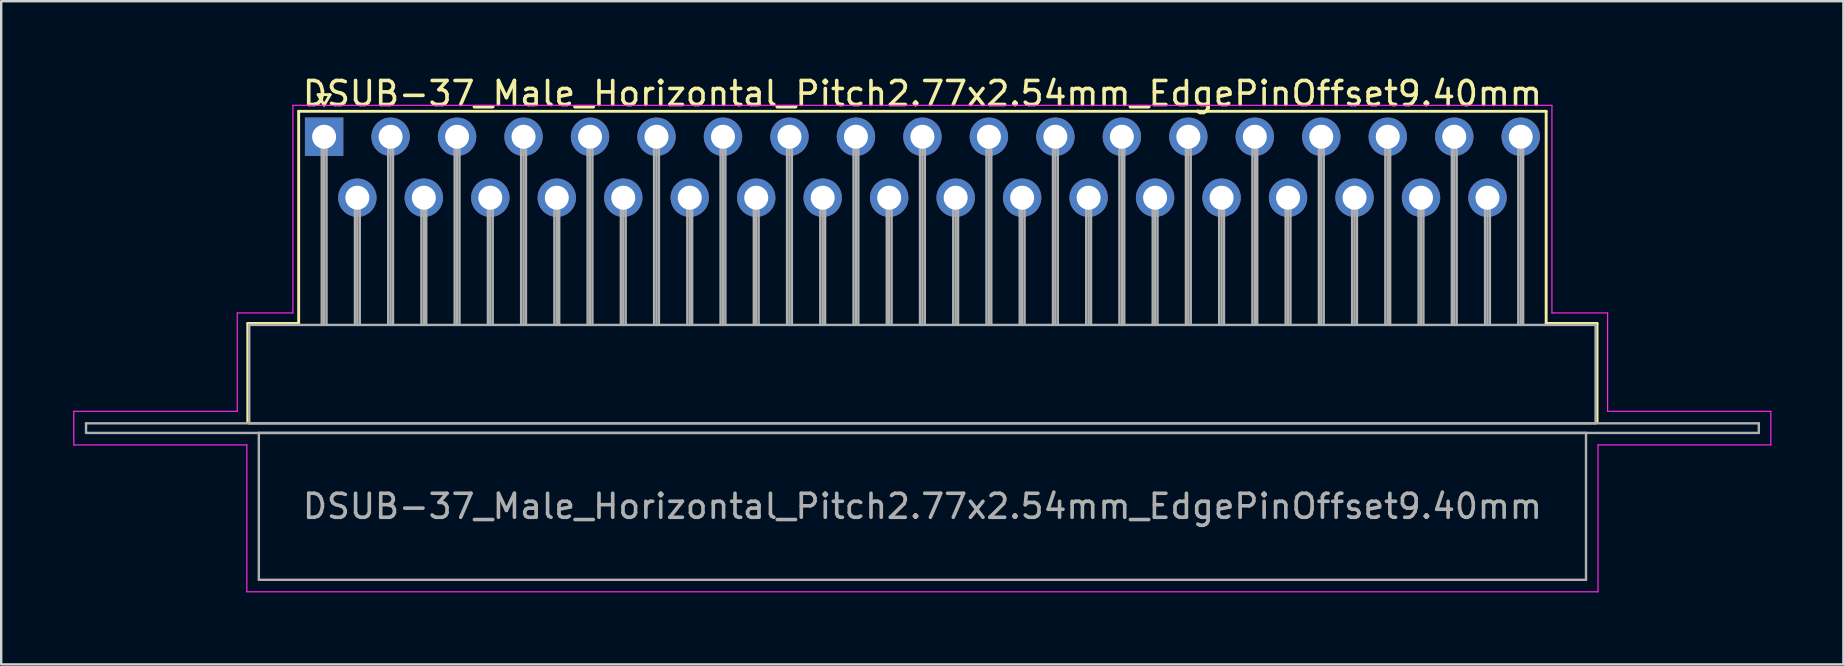
<source format=kicad_pcb>
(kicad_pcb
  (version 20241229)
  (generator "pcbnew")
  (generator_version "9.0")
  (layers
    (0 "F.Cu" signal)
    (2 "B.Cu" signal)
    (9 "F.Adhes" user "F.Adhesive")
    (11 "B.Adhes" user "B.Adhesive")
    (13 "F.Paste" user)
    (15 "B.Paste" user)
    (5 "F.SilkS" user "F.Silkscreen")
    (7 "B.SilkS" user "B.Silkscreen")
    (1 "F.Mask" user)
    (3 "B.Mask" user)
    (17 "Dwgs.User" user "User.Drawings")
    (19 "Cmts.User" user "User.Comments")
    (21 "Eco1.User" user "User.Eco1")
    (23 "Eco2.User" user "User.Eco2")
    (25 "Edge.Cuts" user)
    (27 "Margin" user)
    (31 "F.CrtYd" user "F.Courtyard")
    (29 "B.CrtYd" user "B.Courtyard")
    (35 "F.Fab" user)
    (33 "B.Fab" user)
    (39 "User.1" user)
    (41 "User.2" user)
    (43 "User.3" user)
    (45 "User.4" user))
  (footprint "DSUB-37_Male_Horizontal_Pitch2.77x2.54mm_EdgePinOffset9.40mm"
    (layer "F.Cu")
    (at 10.455 2.648)
    (property "Reference" "DSUB-37_Male_Horizontal_Pitch2.77x2.54mm_EdgePinOffset9.40mm" (at 24.93 -1.8 0) (layer "F.SilkS") (effects (font (size 1 1) (thickness 0.15))))
    (attr through_hole)
    (fp_line (start -3.18 7.78) (end -1.06 7.78) (stroke (width 0.12) (type solid)) (layer "F.SilkS"))
    (fp_line (start -3.18 11.88) (end -3.18 7.78) (stroke (width 0.12) (type solid)) (layer "F.SilkS"))
    (fp_line (start -1.06 -1.06) (end 50.92 -1.06) (stroke (width 0.12) (type solid)) (layer "F.SilkS"))
    (fp_line (start -1.06 7.78) (end -1.06 -1.06) (stroke (width 0.12) (type solid)) (layer "F.SilkS"))
    (fp_line (start -0.25 -1.754) (end 0.25 -1.754) (stroke (width 0.12) (type solid)) (layer "F.SilkS"))
    (fp_line (start 0 -1.321) (end -0.25 -1.754) (stroke (width 0.12) (type solid)) (layer "F.SilkS"))
    (fp_line (start 0.25 -1.754) (end 0 -1.321) (stroke (width 0.12) (type solid)) (layer "F.SilkS"))
    (fp_line (start 50.92 -1.06) (end 50.92 7.78) (stroke (width 0.12) (type solid)) (layer "F.SilkS"))
    (fp_line (start 50.92 7.78) (end 53.04 7.78) (stroke (width 0.12) (type solid)) (layer "F.SilkS"))
    (fp_line (start 53.04 7.78) (end 53.04 11.88) (stroke (width 0.12) (type solid)) (layer "F.SilkS"))
    (fp_line (start -10.43 11.44) (end -3.62 11.44) (stroke (width 0.05) (type solid)) (layer "F.CrtYd"))
    (fp_line (start -10.43 12.84) (end -10.43 11.44) (stroke (width 0.05) (type solid)) (layer "F.CrtYd"))
    (fp_line (start -3.62 7.34) (end -1.3 7.34) (stroke (width 0.05) (type solid)) (layer "F.CrtYd"))
    (fp_line (start -3.62 11.44) (end -3.62 7.34) (stroke (width 0.05) (type solid)) (layer "F.CrtYd"))
    (fp_line (start -3.22 12.84) (end -10.43 12.84) (stroke (width 0.05) (type solid)) (layer "F.CrtYd"))
    (fp_line (start -3.22 18.96) (end -3.22 12.84) (stroke (width 0.05) (type solid)) (layer "F.CrtYd"))
    (fp_line (start -1.3 -1.31) (end 51.16 -1.31) (stroke (width 0.05) (type solid)) (layer "F.CrtYd"))
    (fp_line (start -1.3 7.34) (end -1.3 -1.31) (stroke (width 0.05) (type solid)) (layer "F.CrtYd"))
    (fp_line (start 51.16 -1.31) (end 51.16 7.34) (stroke (width 0.05) (type solid)) (layer "F.CrtYd"))
    (fp_line (start 51.16 7.34) (end 53.48 7.34) (stroke (width 0.05) (type solid)) (layer "F.CrtYd"))
    (fp_line (start 53.08 12.84) (end 53.08 18.96) (stroke (width 0.05) (type solid)) (layer "F.CrtYd"))
    (fp_line (start 53.08 18.96) (end -3.22 18.96) (stroke (width 0.05) (type solid)) (layer "F.CrtYd"))
    (fp_line (start 53.48 7.34) (end 53.48 11.44) (stroke (width 0.05) (type solid)) (layer "F.CrtYd"))
    (fp_line (start 53.48 11.44) (end 60.28 11.44) (stroke (width 0.05) (type solid)) (layer "F.CrtYd"))
    (fp_line (start 60.28 11.44) (end 60.28 12.84) (stroke (width 0.05) (type solid)) (layer "F.CrtYd"))
    (fp_line (start 60.28 12.84) (end 53.08 12.84) (stroke (width 0.05) (type solid)) (layer "F.CrtYd"))
    (fp_line (start -9.92 11.94) (end -9.92 12.34) (stroke (width 0.1) (type solid)) (layer "F.Fab"))
    (fp_line (start -9.92 12.34) (end 59.78 12.34) (stroke (width 0.1) (type solid)) (layer "F.Fab"))
    (fp_line (start -3.12 7.84) (end -3.12 11.94) (stroke (width 0.1) (type solid)) (layer "F.Fab"))
    (fp_line (start -3.12 11.94) (end 52.98 11.94) (stroke (width 0.1) (type solid)) (layer "F.Fab"))
    (fp_line (start -2.72 12.34) (end -2.72 18.46) (stroke (width 0.1) (type solid)) (layer "F.Fab"))
    (fp_line (start -2.72 18.46) (end 52.58 18.46) (stroke (width 0.1) (type solid)) (layer "F.Fab"))
    (fp_line (start -0.1 0) (end -0.1 7.84) (stroke (width 0.1) (type solid)) (layer "F.Fab"))
    (fp_line (start 0 0) (end 0 7.84) (stroke (width 0.1) (type solid)) (layer "F.Fab"))
    (fp_line (start 0.1 0) (end 0.1 7.84) (stroke (width 0.1) (type solid)) (layer "F.Fab"))
    (fp_line (start 1.285 2.54) (end 1.285 7.84) (stroke (width 0.1) (type solid)) (layer "F.Fab"))
    (fp_line (start 1.385 2.54) (end 1.385 7.84) (stroke (width 0.1) (type solid)) (layer "F.Fab"))
    (fp_line (start 1.485 2.54) (end 1.485 7.84) (stroke (width 0.1) (type solid)) (layer "F.Fab"))
    (fp_line (start 2.67 0) (end 2.67 7.84) (stroke (width 0.1) (type solid)) (layer "F.Fab"))
    (fp_line (start 2.77 0) (end 2.77 7.84) (stroke (width 0.1) (type solid)) (layer "F.Fab"))
    (fp_line (start 2.87 0) (end 2.87 7.84) (stroke (width 0.1) (type solid)) (layer "F.Fab"))
    (fp_line (start 4.055 2.54) (end 4.055 7.84) (stroke (width 0.1) (type solid)) (layer "F.Fab"))
    (fp_line (start 4.155 2.54) (end 4.155 7.84) (stroke (width 0.1) (type solid)) (layer "F.Fab"))
    (fp_line (start 4.255 2.54) (end 4.255 7.84) (stroke (width 0.1) (type solid)) (layer "F.Fab"))
    (fp_line (start 5.44 0) (end 5.44 7.84) (stroke (width 0.1) (type solid)) (layer "F.Fab"))
    (fp_line (start 5.54 0) (end 5.54 7.84) (stroke (width 0.1) (type solid)) (layer "F.Fab"))
    (fp_line (start 5.64 0) (end 5.64 7.84) (stroke (width 0.1) (type solid)) (layer "F.Fab"))
    (fp_line (start 6.825 2.54) (end 6.825 7.84) (stroke (width 0.1) (type solid)) (layer "F.Fab"))
    (fp_line (start 6.925 2.54) (end 6.925 7.84) (stroke (width 0.1) (type solid)) (layer "F.Fab"))
    (fp_line (start 7.025 2.54) (end 7.025 7.84) (stroke (width 0.1) (type solid)) (layer "F.Fab"))
    (fp_line (start 8.21 0) (end 8.21 7.84) (stroke (width 0.1) (type solid)) (layer "F.Fab"))
    (fp_line (start 8.31 0) (end 8.31 7.84) (stroke (width 0.1) (type solid)) (layer "F.Fab"))
    (fp_line (start 8.41 0) (end 8.41 7.84) (stroke (width 0.1) (type solid)) (layer "F.Fab"))
    (fp_line (start 9.595 2.54) (end 9.595 7.84) (stroke (width 0.1) (type solid)) (layer "F.Fab"))
    (fp_line (start 9.695 2.54) (end 9.695 7.84) (stroke (width 0.1) (type solid)) (layer "F.Fab"))
    (fp_line (start 9.795 2.54) (end 9.795 7.84) (stroke (width 0.1) (type solid)) (layer "F.Fab"))
    (fp_line (start 10.98 0) (end 10.98 7.84) (stroke (width 0.1) (type solid)) (layer "F.Fab"))
    (fp_line (start 11.08 0) (end 11.08 7.84) (stroke (width 0.1) (type solid)) (layer "F.Fab"))
    (fp_line (start 11.18 0) (end 11.18 7.84) (stroke (width 0.1) (type solid)) (layer "F.Fab"))
    (fp_line (start 12.365 2.54) (end 12.365 7.84) (stroke (width 0.1) (type solid)) (layer "F.Fab"))
    (fp_line (start 12.465 2.54) (end 12.465 7.84) (stroke (width 0.1) (type solid)) (layer "F.Fab"))
    (fp_line (start 12.565 2.54) (end 12.565 7.84) (stroke (width 0.1) (type solid)) (layer "F.Fab"))
    (fp_line (start 13.75 0) (end 13.75 7.84) (stroke (width 0.1) (type solid)) (layer "F.Fab"))
    (fp_line (start 13.85 0) (end 13.85 7.84) (stroke (width 0.1) (type solid)) (layer "F.Fab"))
    (fp_line (start 13.95 0) (end 13.95 7.84) (stroke (width 0.1) (type solid)) (layer "F.Fab"))
    (fp_line (start 15.135 2.54) (end 15.135 7.84) (stroke (width 0.1) (type solid)) (layer "F.Fab"))
    (fp_line (start 15.235 2.54) (end 15.235 7.84) (stroke (width 0.1) (type solid)) (layer "F.Fab"))
    (fp_line (start 15.335 2.54) (end 15.335 7.84) (stroke (width 0.1) (type solid)) (layer "F.Fab"))
    (fp_line (start 16.52 0) (end 16.52 7.84) (stroke (width 0.1) (type solid)) (layer "F.Fab"))
    (fp_line (start 16.62 0) (end 16.62 7.84) (stroke (width 0.1) (type solid)) (layer "F.Fab"))
    (fp_line (start 16.72 0) (end 16.72 7.84) (stroke (width 0.1) (type solid)) (layer "F.Fab"))
    (fp_line (start 17.905 2.54) (end 17.905 7.84) (stroke (width 0.1) (type solid)) (layer "F.Fab"))
    (fp_line (start 18.005 2.54) (end 18.005 7.84) (stroke (width 0.1) (type solid)) (layer "F.Fab"))
    (fp_line (start 18.105 2.54) (end 18.105 7.84) (stroke (width 0.1) (type solid)) (layer "F.Fab"))
    (fp_line (start 19.29 0) (end 19.29 7.84) (stroke (width 0.1) (type solid)) (layer "F.Fab"))
    (fp_line (start 19.39 0) (end 19.39 7.84) (stroke (width 0.1) (type solid)) (layer "F.Fab"))
    (fp_line (start 19.49 0) (end 19.49 7.84) (stroke (width 0.1) (type solid)) (layer "F.Fab"))
    (fp_line (start 20.675 2.54) (end 20.675 7.84) (stroke (width 0.1) (type solid)) (layer "F.Fab"))
    (fp_line (start 20.775 2.54) (end 20.775 7.84) (stroke (width 0.1) (type solid)) (layer "F.Fab"))
    (fp_line (start 20.875 2.54) (end 20.875 7.84) (stroke (width 0.1) (type solid)) (layer "F.Fab"))
    (fp_line (start 22.06 0) (end 22.06 7.84) (stroke (width 0.1) (type solid)) (layer "F.Fab"))
    (fp_line (start 22.16 0) (end 22.16 7.84) (stroke (width 0.1) (type solid)) (layer "F.Fab"))
    (fp_line (start 22.26 0) (end 22.26 7.84) (stroke (width 0.1) (type solid)) (layer "F.Fab"))
    (fp_line (start 23.445 2.54) (end 23.445 7.84) (stroke (width 0.1) (type solid)) (layer "F.Fab"))
    (fp_line (start 23.545 2.54) (end 23.545 7.84) (stroke (width 0.1) (type solid)) (layer "F.Fab"))
    (fp_line (start 23.645 2.54) (end 23.645 7.84) (stroke (width 0.1) (type solid)) (layer "F.Fab"))
    (fp_line (start 24.83 0) (end 24.83 7.84) (stroke (width 0.1) (type solid)) (layer "F.Fab"))
    (fp_line (start 24.93 0) (end 24.93 7.84) (stroke (width 0.1) (type solid)) (layer "F.Fab"))
    (fp_line (start 25.03 0) (end 25.03 7.84) (stroke (width 0.1) (type solid)) (layer "F.Fab"))
    (fp_line (start 26.215 2.54) (end 26.215 7.84) (stroke (width 0.1) (type solid)) (layer "F.Fab"))
    (fp_line (start 26.315 2.54) (end 26.315 7.84) (stroke (width 0.1) (type solid)) (layer "F.Fab"))
    (fp_line (start 26.415 2.54) (end 26.415 7.84) (stroke (width 0.1) (type solid)) (layer "F.Fab"))
    (fp_line (start 27.6 0) (end 27.6 7.84) (stroke (width 0.1) (type solid)) (layer "F.Fab"))
    (fp_line (start 27.7 0) (end 27.7 7.84) (stroke (width 0.1) (type solid)) (layer "F.Fab"))
    (fp_line (start 27.8 0) (end 27.8 7.84) (stroke (width 0.1) (type solid)) (layer "F.Fab"))
    (fp_line (start 28.985 2.54) (end 28.985 7.84) (stroke (width 0.1) (type solid)) (layer "F.Fab"))
    (fp_line (start 29.085 2.54) (end 29.085 7.84) (stroke (width 0.1) (type solid)) (layer "F.Fab"))
    (fp_line (start 29.185 2.54) (end 29.185 7.84) (stroke (width 0.1) (type solid)) (layer "F.Fab"))
    (fp_line (start 30.37 0) (end 30.37 7.84) (stroke (width 0.1) (type solid)) (layer "F.Fab"))
    (fp_line (start 30.47 0) (end 30.47 7.84) (stroke (width 0.1) (type solid)) (layer "F.Fab"))
    (fp_line (start 30.57 0) (end 30.57 7.84) (stroke (width 0.1) (type solid)) (layer "F.Fab"))
    (fp_line (start 31.755 2.54) (end 31.755 7.84) (stroke (width 0.1) (type solid)) (layer "F.Fab"))
    (fp_line (start 31.855 2.54) (end 31.855 7.84) (stroke (width 0.1) (type solid)) (layer "F.Fab"))
    (fp_line (start 31.955 2.54) (end 31.955 7.84) (stroke (width 0.1) (type solid)) (layer "F.Fab"))
    (fp_line (start 33.14 0) (end 33.14 7.84) (stroke (width 0.1) (type solid)) (layer "F.Fab"))
    (fp_line (start 33.24 0) (end 33.24 7.84) (stroke (width 0.1) (type solid)) (layer "F.Fab"))
    (fp_line (start 33.34 0) (end 33.34 7.84) (stroke (width 0.1) (type solid)) (layer "F.Fab"))
    (fp_line (start 34.525 2.54) (end 34.525 7.84) (stroke (width 0.1) (type solid)) (layer "F.Fab"))
    (fp_line (start 34.625 2.54) (end 34.625 7.84) (stroke (width 0.1) (type solid)) (layer "F.Fab"))
    (fp_line (start 34.725 2.54) (end 34.725 7.84) (stroke (width 0.1) (type solid)) (layer "F.Fab"))
    (fp_line (start 35.91 0) (end 35.91 7.84) (stroke (width 0.1) (type solid)) (layer "F.Fab"))
    (fp_line (start 36.01 0) (end 36.01 7.84) (stroke (width 0.1) (type solid)) (layer "F.Fab"))
    (fp_line (start 36.11 0) (end 36.11 7.84) (stroke (width 0.1) (type solid)) (layer "F.Fab"))
    (fp_line (start 37.295 2.54) (end 37.295 7.84) (stroke (width 0.1) (type solid)) (layer "F.Fab"))
    (fp_line (start 37.395 2.54) (end 37.395 7.84) (stroke (width 0.1) (type solid)) (layer "F.Fab"))
    (fp_line (start 37.495 2.54) (end 37.495 7.84) (stroke (width 0.1) (type solid)) (layer "F.Fab"))
    (fp_line (start 38.68 0) (end 38.68 7.84) (stroke (width 0.1) (type solid)) (layer "F.Fab"))
    (fp_line (start 38.78 0) (end 38.78 7.84) (stroke (width 0.1) (type solid)) (layer "F.Fab"))
    (fp_line (start 38.88 0) (end 38.88 7.84) (stroke (width 0.1) (type solid)) (layer "F.Fab"))
    (fp_line (start 40.065 2.54) (end 40.065 7.84) (stroke (width 0.1) (type solid)) (layer "F.Fab"))
    (fp_line (start 40.165 2.54) (end 40.165 7.84) (stroke (width 0.1) (type solid)) (layer "F.Fab"))
    (fp_line (start 40.265 2.54) (end 40.265 7.84) (stroke (width 0.1) (type solid)) (layer "F.Fab"))
    (fp_line (start 41.45 0) (end 41.45 7.84) (stroke (width 0.1) (type solid)) (layer "F.Fab"))
    (fp_line (start 41.55 0) (end 41.55 7.84) (stroke (width 0.1) (type solid)) (layer "F.Fab"))
    (fp_line (start 41.65 0) (end 41.65 7.84) (stroke (width 0.1) (type solid)) (layer "F.Fab"))
    (fp_line (start 42.835 2.54) (end 42.835 7.84) (stroke (width 0.1) (type solid)) (layer "F.Fab"))
    (fp_line (start 42.935 2.54) (end 42.935 7.84) (stroke (width 0.1) (type solid)) (layer "F.Fab"))
    (fp_line (start 43.035 2.54) (end 43.035 7.84) (stroke (width 0.1) (type solid)) (layer "F.Fab"))
    (fp_line (start 44.22 0) (end 44.22 7.84) (stroke (width 0.1) (type solid)) (layer "F.Fab"))
    (fp_line (start 44.32 0) (end 44.32 7.84) (stroke (width 0.1) (type solid)) (layer "F.Fab"))
    (fp_line (start 44.42 0) (end 44.42 7.84) (stroke (width 0.1) (type solid)) (layer "F.Fab"))
    (fp_line (start 45.605 2.54) (end 45.605 7.84) (stroke (width 0.1) (type solid)) (layer "F.Fab"))
    (fp_line (start 45.705 2.54) (end 45.705 7.84) (stroke (width 0.1) (type solid)) (layer "F.Fab"))
    (fp_line (start 45.805 2.54) (end 45.805 7.84) (stroke (width 0.1) (type solid)) (layer "F.Fab"))
    (fp_line (start 46.99 0) (end 46.99 7.84) (stroke (width 0.1) (type solid)) (layer "F.Fab"))
    (fp_line (start 47.09 0) (end 47.09 7.84) (stroke (width 0.1) (type solid)) (layer "F.Fab"))
    (fp_line (start 47.19 0) (end 47.19 7.84) (stroke (width 0.1) (type solid)) (layer "F.Fab"))
    (fp_line (start 48.375 2.54) (end 48.375 7.84) (stroke (width 0.1) (type solid)) (layer "F.Fab"))
    (fp_line (start 48.475 2.54) (end 48.475 7.84) (stroke (width 0.1) (type solid)) (layer "F.Fab"))
    (fp_line (start 48.575 2.54) (end 48.575 7.84) (stroke (width 0.1) (type solid)) (layer "F.Fab"))
    (fp_line (start 49.76 0) (end 49.76 7.84) (stroke (width 0.1) (type solid)) (layer "F.Fab"))
    (fp_line (start 49.86 0) (end 49.86 7.84) (stroke (width 0.1) (type solid)) (layer "F.Fab"))
    (fp_line (start 49.96 0) (end 49.96 7.84) (stroke (width 0.1) (type solid)) (layer "F.Fab"))
    (fp_line (start 52.58 12.34) (end -2.72 12.34) (stroke (width 0.1) (type solid)) (layer "F.Fab"))
    (fp_line (start 52.58 18.46) (end 52.58 12.34) (stroke (width 0.1) (type solid)) (layer "F.Fab"))
    (fp_line (start 52.98 7.84) (end -3.12 7.84) (stroke (width 0.1) (type solid)) (layer "F.Fab"))
    (fp_line (start 52.98 11.94) (end 52.98 7.84) (stroke (width 0.1) (type solid)) (layer "F.Fab"))
    (fp_line (start 59.78 11.94) (end -9.92 11.94) (stroke (width 0.1) (type solid)) (layer "F.Fab"))
    (fp_line (start 59.78 12.34) (end 59.78 11.94) (stroke (width 0.1) (type solid)) (layer "F.Fab"))
    (fp_text user "${REFERENCE}" (at 24.93 15.4 0) (layer "F.Fab") (effects (font (size 1 1) (thickness 0.15))))
    (pad "1" thru_hole rect (at 0 0) (size 1.6 1.6) (drill 1) (layers "*.Cu" "*.Mask"))
    (pad "2" thru_hole circle (at 2.77 0) (size 1.6 1.6) (drill 1) (layers "*.Cu" "*.Mask"))
    (pad "3" thru_hole circle (at 5.54 0) (size 1.6 1.6) (drill 1) (layers "*.Cu" "*.Mask"))
    (pad "4" thru_hole circle (at 8.31 0) (size 1.6 1.6) (drill 1) (layers "*.Cu" "*.Mask"))
    (pad "5" thru_hole circle (at 11.08 0) (size 1.6 1.6) (drill 1) (layers "*.Cu" "*.Mask"))
    (pad "6" thru_hole circle (at 13.85 0) (size 1.6 1.6) (drill 1) (layers "*.Cu" "*.Mask"))
    (pad "7" thru_hole circle (at 16.62 0) (size 1.6 1.6) (drill 1) (layers "*.Cu" "*.Mask"))
    (pad "8" thru_hole circle (at 19.39 0) (size 1.6 1.6) (drill 1) (layers "*.Cu" "*.Mask"))
    (pad "9" thru_hole circle (at 22.16 0) (size 1.6 1.6) (drill 1) (layers "*.Cu" "*.Mask"))
    (pad "10" thru_hole circle (at 24.93 0) (size 1.6 1.6) (drill 1) (layers "*.Cu" "*.Mask"))
    (pad "11" thru_hole circle (at 27.7 0) (size 1.6 1.6) (drill 1) (layers "*.Cu" "*.Mask"))
    (pad "12" thru_hole circle (at 30.47 0) (size 1.6 1.6) (drill 1) (layers "*.Cu" "*.Mask"))
    (pad "13" thru_hole circle (at 33.24 0) (size 1.6 1.6) (drill 1) (layers "*.Cu" "*.Mask"))
    (pad "14" thru_hole circle (at 36.01 0) (size 1.6 1.6) (drill 1) (layers "*.Cu" "*.Mask"))
    (pad "15" thru_hole circle (at 38.78 0) (size 1.6 1.6) (drill 1) (layers "*.Cu" "*.Mask"))
    (pad "16" thru_hole circle (at 41.55 0) (size 1.6 1.6) (drill 1) (layers "*.Cu" "*.Mask"))
    (pad "17" thru_hole circle (at 44.32 0) (size 1.6 1.6) (drill 1) (layers "*.Cu" "*.Mask"))
    (pad "18" thru_hole circle (at 47.09 0) (size 1.6 1.6) (drill 1) (layers "*.Cu" "*.Mask"))
    (pad "19" thru_hole circle (at 49.86 0) (size 1.6 1.6) (drill 1) (layers "*.Cu" "*.Mask"))
    (pad "20" thru_hole circle (at 1.385 2.54) (size 1.6 1.6) (drill 1) (layers "*.Cu" "*.Mask"))
    (pad "21" thru_hole circle (at 4.155 2.54) (size 1.6 1.6) (drill 1) (layers "*.Cu" "*.Mask"))
    (pad "22" thru_hole circle (at 6.925 2.54) (size 1.6 1.6) (drill 1) (layers "*.Cu" "*.Mask"))
    (pad "23" thru_hole circle (at 9.695 2.54) (size 1.6 1.6) (drill 1) (layers "*.Cu" "*.Mask"))
    (pad "24" thru_hole circle (at 12.465 2.54) (size 1.6 1.6) (drill 1) (layers "*.Cu" "*.Mask"))
    (pad "25" thru_hole circle (at 15.235 2.54) (size 1.6 1.6) (drill 1) (layers "*.Cu" "*.Mask"))
    (pad "26" thru_hole circle (at 18.005 2.54) (size 1.6 1.6) (drill 1) (layers "*.Cu" "*.Mask"))
    (pad "27" thru_hole circle (at 20.775 2.54) (size 1.6 1.6) (drill 1) (layers "*.Cu" "*.Mask"))
    (pad "28" thru_hole circle (at 23.545 2.54) (size 1.6 1.6) (drill 1) (layers "*.Cu" "*.Mask"))
    (pad "29" thru_hole circle (at 26.315 2.54) (size 1.6 1.6) (drill 1) (layers "*.Cu" "*.Mask"))
    (pad "30" thru_hole circle (at 29.085 2.54) (size 1.6 1.6) (drill 1) (layers "*.Cu" "*.Mask"))
    (pad "31" thru_hole circle (at 31.855 2.54) (size 1.6 1.6) (drill 1) (layers "*.Cu" "*.Mask"))
    (pad "32" thru_hole circle (at 34.625 2.54) (size 1.6 1.6) (drill 1) (layers "*.Cu" "*.Mask"))
    (pad "33" thru_hole circle (at 37.395 2.54) (size 1.6 1.6) (drill 1) (layers "*.Cu" "*.Mask"))
    (pad "34" thru_hole circle (at 40.165 2.54) (size 1.6 1.6) (drill 1) (layers "*.Cu" "*.Mask"))
    (pad "35" thru_hole circle (at 42.935 2.54) (size 1.6 1.6) (drill 1) (layers "*.Cu" "*.Mask"))
    (pad "36" thru_hole circle (at 45.705 2.54) (size 1.6 1.6) (drill 1) (layers "*.Cu" "*.Mask"))
    (pad "37" thru_hole circle (at 48.475 2.54) (size 1.6 1.6) (drill 1) (layers "*.Cu" "*.Mask")))
  (gr_rect
    (start -3 -3)
    (end 73.76 24.633)
    (stroke (width 0.1) (type default))
    (fill no)
    (layer "Edge.Cuts")))
</source>
